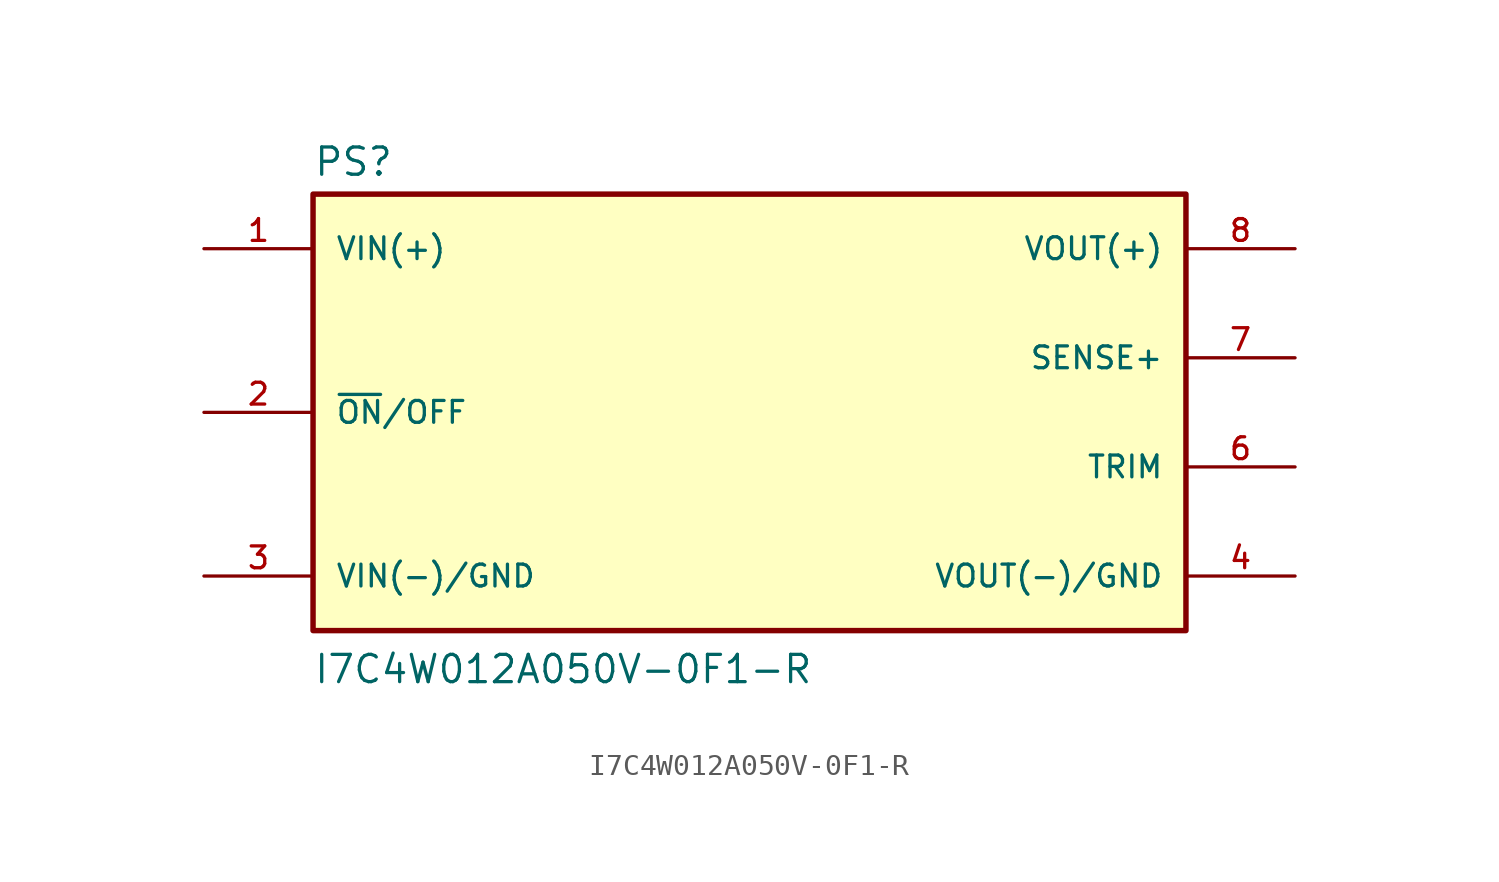
<source format=kicad_sym>
(kicad_symbol_lib
  (version 20211014)
  (generator kicad_symbol_editor)
  (symbol "I7C4W012A050V-0F1-R"
    (pin_names
      (offset 1.016))
    (property "Reference" "PS"
      (at -20.32 10.922 0)
      (effects (font (size 1.27 1.27)) (justify bottom left)))
    (property "Value" "I7C4W012A050V-0F1-R"
      (at -20.32 -12.7 0)
      (effects (font (size 1.27 1.27)) (justify bottom left)))
    (symbol "I7C4W012A050V-0F1-R_0_0"
      (rectangle (start -20.32 -10.16) (end 20.32 10.16) (stroke (width 0.254)) (fill (type background)))
      (pin input line (at -25.4 7.62 0) (length 5.08) (name "VIN(+)" (effects (font (size 1.016 1.016)))) (number "1" (effects (font (size 1.016 1.016)))))
      (pin input line (at -25.4 0.0 0) (length 5.08) (name "~{ON}/OFF" (effects (font (size 1.016 1.016)))) (number "2" (effects (font (size 1.016 1.016)))))
      (pin input line (at -25.4 -7.62 0) (length 5.08) (name "VIN(-)/GND" (effects (font (size 1.016 1.016)))) (number "3" (effects (font (size 1.016 1.016)))))
      (pin output line (at 25.4 -7.62 180.0) (length 5.08) (name "VOUT(-)/GND" (effects (font (size 1.016 1.016)))) (number "4" (effects (font (size 1.016 1.016)))))
      (pin passive line (at 25.4 -2.54 180.0) (length 5.08) (name "TRIM" (effects (font (size 1.016 1.016)))) (number "6" (effects (font (size 1.016 1.016)))))
      (pin output line (at 25.4 7.62 180.0) (length 5.08) (name "VOUT(+)" (effects (font (size 1.016 1.016)))) (number "8" (effects (font (size 1.016 1.016)))))
      (pin input line (at 25.4 2.54 180.0) (length 5.08) (name "SENSE+" (effects (font (size 1.016 1.016)))) (number "7" (effects (font (size 1.016 1.016))))))))
</source>
